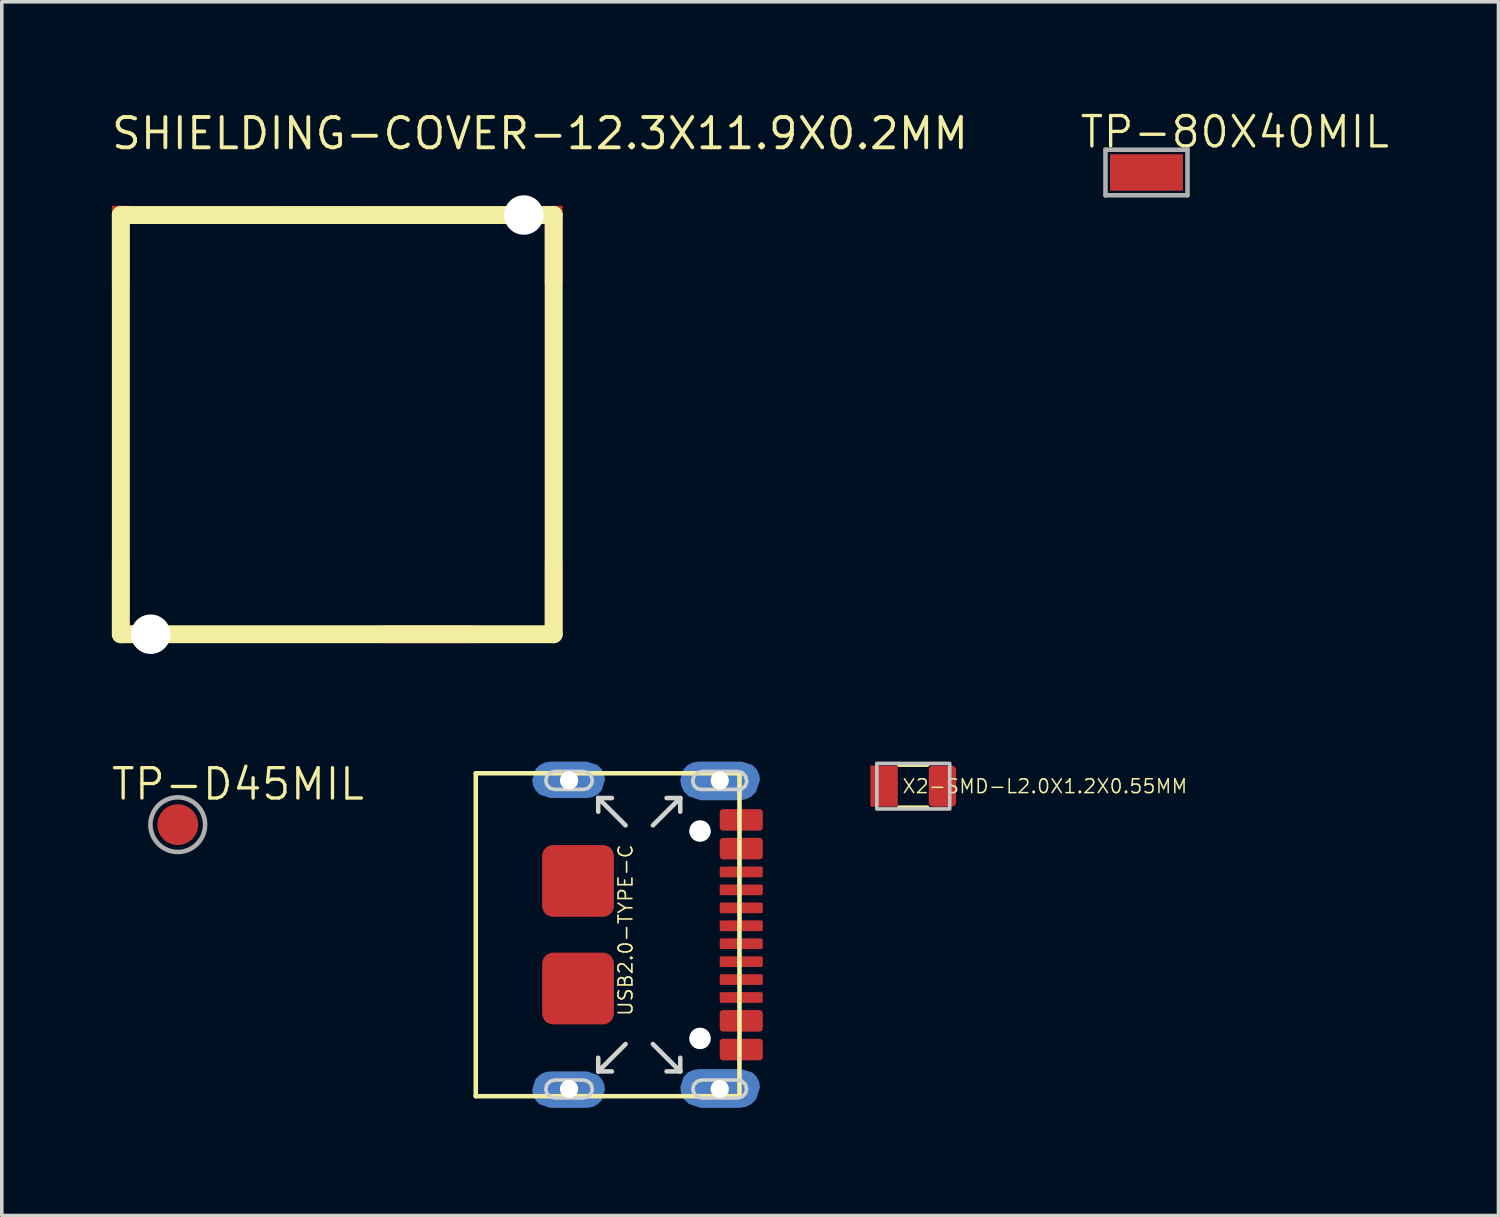
<source format=kicad_pcb>
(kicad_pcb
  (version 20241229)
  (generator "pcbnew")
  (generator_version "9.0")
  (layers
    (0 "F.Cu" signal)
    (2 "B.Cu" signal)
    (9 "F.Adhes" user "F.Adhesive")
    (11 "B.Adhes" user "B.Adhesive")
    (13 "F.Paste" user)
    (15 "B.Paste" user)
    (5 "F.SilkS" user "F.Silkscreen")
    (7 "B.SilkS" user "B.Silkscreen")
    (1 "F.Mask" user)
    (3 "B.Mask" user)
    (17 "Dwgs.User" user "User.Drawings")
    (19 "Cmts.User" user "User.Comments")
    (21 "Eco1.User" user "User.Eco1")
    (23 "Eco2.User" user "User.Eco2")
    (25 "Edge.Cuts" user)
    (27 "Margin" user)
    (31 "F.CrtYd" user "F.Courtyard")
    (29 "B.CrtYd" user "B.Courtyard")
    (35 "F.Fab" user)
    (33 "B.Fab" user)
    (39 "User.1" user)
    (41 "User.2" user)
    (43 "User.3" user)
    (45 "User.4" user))
  (footprint "TP-D45MIL"
    (layer "F.Cu")
    (at 1.905 19.935)
    (property "Reference" "TP-D45MIL" (at -1.905 -0.635 0) (layer "F.SilkS") (effects (font (size 0.845 0.845) (thickness 0.093)) (justify left bottom)))
    (attr through_hole)
    (fp_circle (center 0 0) (end 0.762 0) (stroke (width 0.127) (type solid)) (fill no) (layer "F.Fab"))
    (pad "T" smd roundrect (at 0 0) (size 1.143 1.143) (layers "F.Cu" "F.Mask") (roundrect_rratio 0.5)))
  (footprint "SHIELDING-COVER-12.3X11.9X0.2MM"
    (layer "F.Cu")
    (at 6.35 8.785)
    (property "Reference" "SHIELDING-COVER-12.3X11.9X0.2MM" (at -6.35 -7.62 0) (layer "F.SilkS") (effects (font (size 0.845 0.845) (thickness 0.107)) (justify left bottom)))
    (attr through_hole)
    (fp_line (start -6.032 -5.842) (end -6.032 5.842) (stroke (width 0.5) (type solid)) (layer "F.SilkS"))
    (fp_line (start -6.032 5.842) (end 6.032 5.842) (stroke (width 0.5) (type solid)) (layer "F.SilkS"))
    (fp_line (start 6.032 -5.842) (end -6.032 -5.842) (stroke (width 0.5) (type solid)) (layer "F.SilkS"))
    (fp_line (start 6.032 5.842) (end 6.032 -5.842) (stroke (width 0.5) (type solid)) (layer "F.SilkS"))
    (pad "" np_thru_hole circle (at -5.2 5.842) (size 1.1 1.1) (drill 1.1) (layers "*.Cu" "*.Mask"))
    (pad "" np_thru_hole circle (at 5.2 -5.842) (size 1.1 1.1) (drill 1.1) (layers "*.Cu" "*.Mask"))
    (pad "1" smd rect (at -6.032 4.82) (size 0.5 2.032) (layers "F.Cu" "F.Mask" "F.Paste"))
    (pad "2" smd rect (at -6.032 -5 180) (size 0.5 2.2) (layers "F.Cu" "F.Mask" "F.Paste"))
    (pad "3" smd rect (at -0.508 -5.842 270) (size 0.5 2.54) (layers "F.Cu" "F.Mask" "F.Paste"))
    (pad "4" smd rect (at 6.032 -5) (size 0.5 2.2) (layers "F.Cu" "F.Mask" "F.Paste"))
    (pad "5" smd rect (at 6.032 4.82) (size 0.5 2.032) (layers "F.Cu" "F.Mask" "F.Paste"))
    (pad "6" smd rect (at 2.54 5.842 90) (size 0.5 2.54) (layers "F.Cu" "F.Mask" "F.Paste")))
  (footprint "TP-80X40MIL"
    (layer "F.Cu")
    (at 28.905 1.758)
    (property "Reference" "TP-80X40MIL" (at -1.905 -0.635 180) (layer "F.SilkS") (effects (font (size 0.845 0.845) (thickness 0.093)) (justify left bottom)))
    (attr through_hole)
    (fp_line (start -1.143 -0.635) (end 1.143 -0.635) (stroke (width 0.127) (type solid)) (layer "F.Fab"))
    (fp_line (start -1.143 0.635) (end -1.143 -0.635) (stroke (width 0.127) (type solid)) (layer "F.Fab"))
    (fp_line (start 1.143 -0.635) (end 1.143 0.635) (stroke (width 0.127) (type solid)) (layer "F.Fab"))
    (fp_line (start 1.143 0.635) (end -1.143 0.635) (stroke (width 0.127) (type solid)) (layer "F.Fab"))
    (pad "1" smd rect (at 0 0 180) (size 2.032 1.016) (layers "F.Cu" "F.Mask" "F.Paste")))
  (footprint "X2-SMD-L2.0X1.2X0.55MM"
    (layer "F.Cu")
    (at 22.405 18.862)
    (property "Reference" "X2-SMD-L2.0X1.2X0.55MM" (at -0.33 0.229 180) (layer "F.SilkS") (effects (font (size 0.386 0.386) (thickness 0.042)) (justify left bottom)))
    (attr through_hole)
    (fp_line (start -0.39 -0.6) (end 0.39 -0.6) (stroke (width 0.127) (type solid)) (layer "F.SilkS"))
    (fp_line (start 0.39 0.6) (end -0.39 0.6) (stroke (width 0.127) (type solid)) (layer "F.SilkS"))
    (fp_poly (pts (xy -1.016 0.635) (xy 1.016 0.635) (xy 1.016 -0.635) (xy -1.016 -0.635)) (stroke (width 0.1) (type solid)) (fill no) (layer "Dwgs.User"))
    (pad "1" smd rect (at -0.813 0 90) (size 1.143 0.762) (layers "F.Cu" "F.Mask" "F.Paste"))
    (pad "2" smd roundrect (at 0.813 0 90) (size 1.143 0.762) (layers "F.Cu" "F.Mask" "F.Paste") (roundrect_rratio 0.15)))
  (footprint "USB2.0-TYPE-C"
    (layer "F.Cu")
    (at 17.561 23.003)
    (property "Reference" "USB2.0-TYPE-C" (at -3.175 -0.127 270) (layer "F.SilkS") (effects (font (size 0.386 0.386) (thickness 0.046))))
    (attr through_hole)
    (fp_poly (pts (xy -4.255 -4.826) (xy -5.271 -4.826) (xy -5.427 -4.801) (xy -5.569 -4.729) (xy -5.681 -4.617) (xy -5.779 -4.318) (xy -5.754 -4.161) (xy -5.681 -4.019) (xy -5.569 -3.907) (xy -5.271 -3.81) (xy -4.255 -3.81) (xy -4.098 -3.835) (xy -3.956 -3.907) (xy -3.844 -4.019) (xy -3.747 -4.318) (xy -3.771 -4.475) (xy -3.844 -4.617) (xy -3.956 -4.729)) (stroke (width 0) (type solid)) (fill yes) (layer "B.Cu"))
    (fp_poly (pts (xy -4.255 3.81) (xy -5.271 3.81) (xy -5.427 3.835) (xy -5.569 3.907) (xy -5.681 4.019) (xy -5.779 4.318) (xy -5.754 4.475) (xy -5.681 4.617) (xy -5.569 4.729) (xy -5.271 4.826) (xy -4.255 4.826) (xy -4.098 4.801) (xy -3.956 4.729) (xy -3.844 4.617) (xy -3.747 4.318) (xy -3.771 4.161) (xy -3.844 4.019) (xy -3.956 3.907)) (stroke (width 0) (type solid)) (fill yes) (layer "B.Cu"))
    (fp_poly (pts (xy 0.064 -4.826) (xy -1.143 -4.826) (xy -1.3 -4.801) (xy -1.442 -4.729) (xy -1.554 -4.617) (xy -1.651 -4.318) (xy -1.623 -4.141) (xy -1.542 -3.982) (xy -1.415 -3.856) (xy -1.079 -3.747) (xy 0 -3.747) (xy 0.177 -3.774) (xy 0.336 -3.856) (xy 0.462 -3.982) (xy 0.572 -4.318) (xy 0.572 -4.318) (xy 0.547 -4.475) (xy 0.474 -4.617) (xy 0.362 -4.729)) (stroke (width 0) (type solid)) (fill yes) (layer "B.Cu"))
    (fp_poly (pts (xy 0.064 3.747) (xy -1.143 3.747) (xy -1.3 3.771) (xy -1.442 3.844) (xy -1.554 3.956) (xy -1.651 4.255) (xy -1.623 4.431) (xy -1.542 4.59) (xy -1.415 4.717) (xy -1.079 4.826) (xy 0 4.826) (xy 0.177 4.798) (xy 0.336 4.717) (xy 0.462 4.59) (xy 0.572 4.255) (xy 0.572 4.255) (xy 0.547 4.098) (xy 0.474 3.956) (xy 0.362 3.844)) (stroke (width 0) (type solid)) (fill yes) (layer "B.Cu"))
    (fp_line (start -7.35 -4.5) (end 0 -4.5) (stroke (width 0.127) (type solid)) (layer "F.SilkS"))
    (fp_line (start -7.35 4.5) (end -7.35 -4.5) (stroke (width 0.127) (type solid)) (layer "F.SilkS"))
    (fp_line (start 0 -4.5) (end 0 4.5) (stroke (width 0.127) (type solid)) (layer "F.SilkS"))
    (fp_line (start 0 4.5) (end -7.35 4.5) (stroke (width 0.127) (type solid)) (layer "F.SilkS"))
    (fp_poly (pts (xy 0.064 -4.826) (xy -1.143 -4.826) (xy -1.3 -4.801) (xy -1.442 -4.729) (xy -1.554 -4.617) (xy -1.651 -4.318) (xy -1.623 -4.141) (xy -1.542 -3.982) (xy -1.415 -3.856) (xy -1.079 -3.747) (xy 0 -3.747) (xy 0.177 -3.774) (xy 0.336 -3.856) (xy 0.462 -3.982) (xy 0.572 -4.318) (xy 0.572 -4.318) (xy 0.547 -4.475) (xy 0.474 -4.617) (xy 0.362 -4.729)) (stroke (width 0) (type solid)) (fill yes) (layer "In2.Cu"))
    (fp_poly (pts (xy 0.064 3.747) (xy -1.143 3.747) (xy -1.3 3.771) (xy -1.442 3.844) (xy -1.554 3.956) (xy -1.651 4.255) (xy -1.623 4.431) (xy -1.542 4.59) (xy -1.415 4.717) (xy -1.079 4.826) (xy 0 4.826) (xy 0.177 4.798) (xy 0.336 4.717) (xy 0.462 4.59) (xy 0.572 4.255) (xy 0.572 4.255) (xy 0.547 4.098) (xy 0.474 3.956) (xy 0.362 3.844)) (stroke (width 0) (type solid)) (fill yes) (layer "In2.Cu"))
    (fp_poly (pts (xy -4.763 -4.826) (xy -5.271 -4.826) (xy -5.427 -4.801) (xy -5.569 -4.729) (xy -5.681 -4.617) (xy -5.779 -4.318) (xy -5.754 -4.161) (xy -5.681 -4.019) (xy -5.569 -3.907) (xy -5.271 -3.81) (xy -4.763 -3.81) (xy -4.255 -3.81) (xy -4.098 -3.835) (xy -3.956 -3.907) (xy -3.844 -4.019) (xy -3.747 -4.318) (xy -3.771 -4.475) (xy -3.844 -4.617) (xy -3.956 -4.729) (xy -4.255 -4.826)) (stroke (width 0) (type solid)) (fill yes) (layer "In2.Cu"))
    (fp_poly (pts (xy -4.763 3.81) (xy -5.271 3.81) (xy -5.427 3.835) (xy -5.569 3.907) (xy -5.681 4.019) (xy -5.779 4.318) (xy -5.754 4.475) (xy -5.681 4.617) (xy -5.569 4.729) (xy -5.271 4.826) (xy -4.763 4.826) (xy -4.255 4.826) (xy -4.098 4.801) (xy -3.956 4.729) (xy -3.844 4.617) (xy -3.747 4.318) (xy -3.771 4.161) (xy -3.844 4.019) (xy -3.956 3.907) (xy -4.255 3.81)) (stroke (width 0) (type solid)) (fill yes) (layer "In2.Cu"))
    (fp_poly (pts (xy -4.255 -4.826) (xy -5.271 -4.826) (xy -5.427 -4.801) (xy -5.569 -4.729) (xy -5.681 -4.617) (xy -5.779 -4.318) (xy -5.754 -4.161) (xy -5.681 -4.019) (xy -5.569 -3.907) (xy -5.271 -3.81) (xy -4.255 -3.81) (xy -4.098 -3.835) (xy -3.956 -3.907) (xy -3.844 -4.019) (xy -3.747 -4.318) (xy -3.771 -4.475) (xy -3.844 -4.617) (xy -3.956 -4.729)) (stroke (width 0) (type solid)) (fill yes) (layer "In3.Cu"))
    (fp_poly (pts (xy -4.255 3.81) (xy -5.271 3.81) (xy -5.427 3.835) (xy -5.569 3.907) (xy -5.681 4.019) (xy -5.779 4.318) (xy -5.754 4.475) (xy -5.681 4.617) (xy -5.569 4.729) (xy -5.271 4.826) (xy -4.255 4.826) (xy -4.098 4.801) (xy -3.956 4.729) (xy -3.844 4.617) (xy -3.747 4.318) (xy -3.771 4.161) (xy -3.844 4.019) (xy -3.956 3.907)) (stroke (width 0) (type solid)) (fill yes) (layer "In3.Cu"))
    (fp_poly (pts (xy -0.572 -4.826) (xy -1.143 -4.826) (xy -1.3 -4.801) (xy -1.442 -4.729) (xy -1.554 -4.617) (xy -1.651 -4.318) (xy -1.623 -4.141) (xy -1.542 -3.982) (xy -1.415 -3.856) (xy -1.079 -3.747) (xy -0.572 -3.747) (xy 0 -3.747) (xy 0.177 -3.774) (xy 0.336 -3.856) (xy 0.462 -3.982) (xy 0.572 -4.318) (xy 0.572 -4.318) (xy 0.547 -4.475) (xy 0.474 -4.617) (xy 0.362 -4.729) (xy 0.064 -4.826)) (stroke (width 0) (type solid)) (fill yes) (layer "In3.Cu"))
    (fp_poly (pts (xy -0.572 3.747) (xy -1.143 3.747) (xy -1.3 3.771) (xy -1.442 3.844) (xy -1.554 3.956) (xy -1.651 4.255) (xy -1.623 4.431) (xy -1.542 4.59) (xy -1.415 4.717) (xy -1.079 4.826) (xy -0.572 4.826) (xy 0 4.826) (xy 0.177 4.798) (xy 0.336 4.717) (xy 0.462 4.59) (xy 0.572 4.255) (xy 0.572 4.255) (xy 0.547 4.098) (xy 0.474 3.956) (xy 0.362 3.844) (xy 0.064 3.747)) (stroke (width 0) (type solid)) (fill yes) (layer "In3.Cu"))
    (fp_poly (pts (xy -4.255 -4.826) (xy -5.271 -4.826) (xy -5.427 -4.801) (xy -5.569 -4.729) (xy -5.681 -4.617) (xy -5.779 -4.318) (xy -5.754 -4.161) (xy -5.681 -4.019) (xy -5.569 -3.907) (xy -5.271 -3.81) (xy -4.255 -3.81) (xy -4.098 -3.835) (xy -3.956 -3.907) (xy -3.844 -4.019) (xy -3.747 -4.318) (xy -3.771 -4.475) (xy -3.844 -4.617) (xy -3.956 -4.729)) (stroke (width 0) (type solid)) (fill yes) (layer "In4.Cu"))
    (fp_poly (pts (xy -4.255 3.81) (xy -5.271 3.81) (xy -5.427 3.835) (xy -5.569 3.907) (xy -5.681 4.019) (xy -5.779 4.318) (xy -5.754 4.475) (xy -5.681 4.617) (xy -5.569 4.729) (xy -5.271 4.826) (xy -4.255 4.826) (xy -4.098 4.801) (xy -3.956 4.729) (xy -3.844 4.617) (xy -3.747 4.318) (xy -3.771 4.161) (xy -3.844 4.019) (xy -3.956 3.907)) (stroke (width 0) (type solid)) (fill yes) (layer "In4.Cu"))
    (fp_poly (pts (xy 0.064 -4.826) (xy -1.143 -4.826) (xy -1.3 -4.801) (xy -1.442 -4.729) (xy -1.554 -4.617) (xy -1.651 -4.318) (xy -1.623 -4.141) (xy -1.542 -3.982) (xy -1.415 -3.856) (xy -1.079 -3.747) (xy 0 -3.747) (xy 0.177 -3.774) (xy 0.336 -3.856) (xy 0.462 -3.982) (xy 0.572 -4.318) (xy 0.572 -4.318) (xy 0.547 -4.475) (xy 0.474 -4.617) (xy 0.362 -4.729)) (stroke (width 0) (type solid)) (fill yes) (layer "In4.Cu"))
    (fp_poly (pts (xy 0.064 3.747) (xy -1.143 3.747) (xy -1.3 3.771) (xy -1.442 3.844) (xy -1.554 3.956) (xy -1.651 4.255) (xy -1.623 4.431) (xy -1.542 4.59) (xy -1.415 4.717) (xy -1.079 4.826) (xy 0 4.826) (xy 0.177 4.798) (xy 0.336 4.717) (xy 0.462 4.59) (xy 0.572 4.255) (xy 0.572 4.255) (xy 0.547 4.098) (xy 0.474 3.956) (xy 0.362 3.844)) (stroke (width 0) (type solid)) (fill yes) (layer "In4.Cu"))
    (fp_poly (pts (xy -5.195 -4.75) (xy -4.305 -4.75) (xy -4.135 -4.716) (xy -3.99 -4.62) (xy -3.86 -4.305) (xy -3.86 -4.295) (xy -3.894 -4.125) (xy -3.99 -3.98) (xy -4.305 -3.85) (xy -5.195 -3.85) (xy -5.365 -3.884) (xy -5.51 -3.98) (xy -5.64 -4.295) (xy -5.64 -4.305) (xy -5.606 -4.475) (xy -5.51 -4.62)) (stroke (width 0) (type solid)) (fill yes) (layer "F.Paste"))
    (fp_poly (pts (xy -5.195 3.85) (xy -4.305 3.85) (xy -4.135 3.884) (xy -3.99 3.98) (xy -3.86 4.295) (xy -3.86 4.305) (xy -3.894 4.475) (xy -3.99 4.62) (xy -4.305 4.75) (xy -5.195 4.75) (xy -5.365 4.716) (xy -5.51 4.62) (xy -5.64 4.305) (xy -5.64 4.295) (xy -5.606 4.125) (xy -5.51 3.98)) (stroke (width 0) (type solid)) (fill yes) (layer "F.Paste"))
    (fp_poly (pts (xy -0.985 -4.78) (xy -0.115 -4.78) (xy 0.067 -4.744) (xy 0.221 -4.641) (xy 0.36 -4.305) (xy 0.36 -4.295) (xy 0.324 -4.113) (xy 0.221 -3.959) (xy -0.115 -3.82) (xy -0.985 -3.82) (xy -1.167 -3.856) (xy -1.321 -3.959) (xy -1.46 -4.295) (xy -1.46 -4.305) (xy -1.424 -4.487) (xy -1.321 -4.641)) (stroke (width 0) (type solid)) (fill yes) (layer "F.Paste"))
    (fp_poly (pts (xy -0.985 3.82) (xy -0.115 3.82) (xy 0.067 3.856) (xy 0.221 3.959) (xy 0.36 4.295) (xy 0.36 4.305) (xy 0.324 4.487) (xy 0.221 4.641) (xy -0.115 4.78) (xy -0.985 4.78) (xy -1.167 4.744) (xy -1.321 4.641) (xy -1.46 4.305) (xy -1.46 4.295) (xy -1.424 4.113) (xy -1.321 3.959)) (stroke (width 0) (type solid)) (fill yes) (layer "F.Paste"))
    (fp_line (start 0.075 0) (end 0.125 0) (stroke (width 0.001) (type solid)) (layer "Cmts.User"))
    (fp_line (start 0.1 -0.025) (end 0.1 0.025) (stroke (width 0.001) (type solid)) (layer "Cmts.User"))
    (fp_line (start -3.937 -3.81) (end -3.937 -3.429) (stroke (width 0.127) (type solid)) (layer "Edge.Cuts"))
    (fp_line (start -3.937 -3.81) (end -3.556 -3.81) (stroke (width 0.127) (type solid)) (layer "Edge.Cuts"))
    (fp_line (start -3.937 3.81) (end -3.937 3.429) (stroke (width 0.127) (type solid)) (layer "Edge.Cuts"))
    (fp_line (start -3.937 3.81) (end -3.556 3.81) (stroke (width 0.127) (type solid)) (layer "Edge.Cuts"))
    (fp_line (start -3.175 -3.048) (end -3.937 -3.81) (stroke (width 0.127) (type solid)) (layer "Edge.Cuts"))
    (fp_line (start -3.175 3.048) (end -3.937 3.81) (stroke (width 0.127) (type solid)) (layer "Edge.Cuts"))
    (fp_line (start -2.413 -3.048) (end -1.651 -3.81) (stroke (width 0.127) (type solid)) (layer "Edge.Cuts"))
    (fp_line (start -2.413 3.048) (end -1.651 3.81) (stroke (width 0.127) (type solid)) (layer "Edge.Cuts"))
    (fp_line (start -1.651 -3.81) (end -2.032 -3.81) (stroke (width 0.127) (type solid)) (layer "Edge.Cuts"))
    (fp_line (start -1.651 -3.81) (end -1.651 -3.429) (stroke (width 0.127) (type solid)) (layer "Edge.Cuts"))
    (fp_line (start -1.651 3.81) (end -2.032 3.81) (stroke (width 0.127) (type solid)) (layer "Edge.Cuts"))
    (fp_line (start -1.651 3.81) (end -1.651 3.429) (stroke (width 0.127) (type solid)) (layer "Edge.Cuts"))
    (fp_poly (pts (xy -5.15 -4.55) (xy -4.35 -4.55) (xy -4.225 -4.517) (xy -4.133 -4.425) (xy -4.1 -4.3) (xy -4.133 -4.175) (xy -4.225 -4.083) (xy -4.35 -4.05) (xy -5.15 -4.05) (xy -5.275 -4.083) (xy -5.367 -4.175) (xy -5.4 -4.3) (xy -5.367 -4.425) (xy -5.275 -4.517)) (stroke (width 0.1) (type solid)) (fill no) (layer "Edge.Cuts"))
    (fp_poly (pts (xy -5.15 4.05) (xy -4.35 4.05) (xy -4.225 4.083) (xy -4.133 4.175) (xy -4.1 4.3) (xy -4.133 4.425) (xy -4.225 4.517) (xy -4.35 4.55) (xy -5.15 4.55) (xy -5.275 4.517) (xy -5.367 4.425) (xy -5.4 4.3) (xy -5.367 4.175) (xy -5.275 4.083)) (stroke (width 0.1) (type solid)) (fill no) (layer "Edge.Cuts"))
    (fp_poly (pts (xy -1.05 4.05) (xy -0.05 4.05) (xy 0.075 4.083) (xy 0.167 4.175) (xy 0.2 4.3) (xy 0.167 4.425) (xy 0.075 4.517) (xy -0.05 4.55) (xy -1.05 4.55) (xy -1.175 4.517) (xy -1.267 4.425) (xy -1.3 4.3) (xy -1.267 4.175) (xy -1.175 4.083)) (stroke (width 0.1) (type solid)) (fill no) (layer "Edge.Cuts"))
    (fp_poly (pts (xy -1.05 -4.55) (xy -0.05 -4.55) (xy 0.075 -4.517) (xy 0.167 -4.425) (xy 0.2 -4.3) (xy 0.2 -4.25) (xy 0.157 -4.141) (xy 0.066 -4.068) (xy -0.05 -4.05) (xy -1.05 -4.05) (xy -1.166 -4.068) (xy -1.257 -4.141) (xy -1.3 -4.25) (xy -1.3 -4.3) (xy -1.267 -4.425) (xy -1.175 -4.517)) (stroke (width 0.1) (type solid)) (fill no) (layer "Edge.Cuts"))
    (fp_text user "Slot Drills with copper" (at -2.873 0.204 90) (layer "Edge.Cuts") (effects (font (size 0.386 0.386) (thickness 0.049))))
    (pad "" np_thru_hole circle (at -1.1 -2.89) (size 0.6 0.6) (drill 0.6) (layers "*.Cu" "*.Mask"))
    (pad "" np_thru_hole circle (at -1.1 2.89) (size 0.6 0.6) (drill 0.6) (layers "*.Cu" "*.Mask"))
    (pad "A1_B12" smd roundrect (at 0.05 -3.2) (size 1.2 0.6) (layers "F.Cu" "F.Mask" "F.Paste") (roundrect_rratio 0.15))
    (pad "A4_B9" smd roundrect (at 0.05 -2.4) (size 1.2 0.6) (layers "F.Cu" "F.Mask" "F.Paste") (roundrect_rratio 0.15))
    (pad "A5" smd roundrect (at 0.05 -1.25) (size 1.2 0.3) (layers "F.Cu" "F.Mask" "F.Paste") (roundrect_rratio 0.15))
    (pad "A6" smd roundrect (at 0.05 -0.25) (size 1.2 0.3) (layers "F.Cu" "F.Mask" "F.Paste") (roundrect_rratio 0.15))
    (pad "A7" smd roundrect (at 0.05 0.25) (size 1.2 0.3) (layers "F.Cu" "F.Mask" "F.Paste") (roundrect_rratio 0.15))
    (pad "A8" smd roundrect (at 0.05 1.25) (size 1.2 0.3) (layers "F.Cu" "F.Mask" "F.Paste") (roundrect_rratio 0.15))
    (pad "B1_A12" smd roundrect (at 0.05 3.2) (size 1.2 0.6) (layers "F.Cu" "F.Mask" "F.Paste") (roundrect_rratio 0.15))
    (pad "B4_A9" smd roundrect (at 0.05 2.4) (size 1.2 0.6) (layers "F.Cu" "F.Mask" "F.Paste") (roundrect_rratio 0.15))
    (pad "B5" smd roundrect (at 0.05 1.75) (size 1.2 0.3) (layers "F.Cu" "F.Mask" "F.Paste") (roundrect_rratio 0.15))
    (pad "B6" smd roundrect (at 0.05 0.75) (size 1.2 0.3) (layers "F.Cu" "F.Mask" "F.Paste") (roundrect_rratio 0.15))
    (pad "B7" smd roundrect (at 0.05 -0.75) (size 1.2 0.3) (layers "F.Cu" "F.Mask" "F.Paste") (roundrect_rratio 0.15))
    (pad "B8" smd roundrect (at 0.05 -1.75) (size 1.2 0.3) (layers "F.Cu" "F.Mask" "F.Paste") (roundrect_rratio 0.15))
    (pad "S1" thru_hole oval (at -4.75 -4.3) (size 1.778 0.889) (drill 0.508) (layers "*.Cu" "*.Mask"))
    (pad "S2" thru_hole oval (at -4.75 4.3) (size 1.778 0.889) (drill 0.508) (layers "*.Cu" "*.Mask"))
    (pad "S3" thru_hole oval (at -0.55 -4.3) (size 1.829 0.914) (drill 0.508) (layers "*.Cu" "*.Mask"))
    (pad "S4" thru_hole oval (at -0.55 4.3) (size 1.829 0.914) (drill 0.508) (layers "*.Cu" "*.Mask"))
    (pad "S5" smd roundrect (at -4.5 -1.5) (size 2 2) (layers "F.Cu" "F.Mask" "F.Paste") (roundrect_rratio 0.15))
    (pad "S6" smd roundrect (at -4.5 1.5) (size 2 2) (layers "F.Cu" "F.Mask" "F.Paste") (roundrect_rratio 0.15)))
  (gr_rect
    (start -3 -3)
    (end 38.716 30.829)
    (stroke (width 0.1) (type default))
    (fill no)
    (layer "Edge.Cuts")))
</source>
